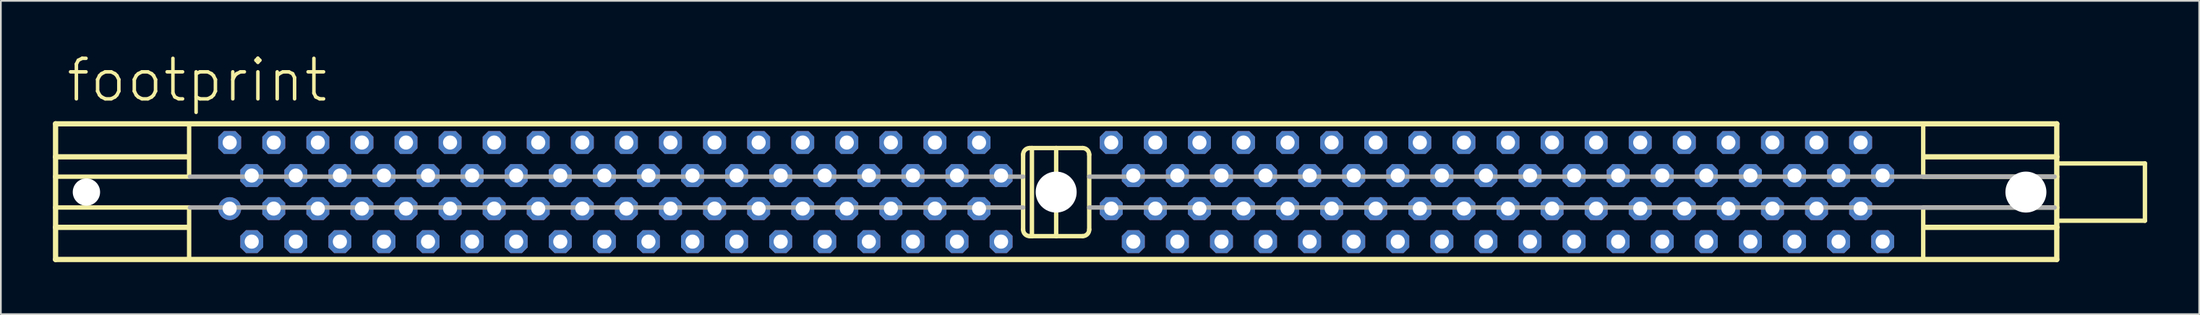
<source format=kicad_pcb>
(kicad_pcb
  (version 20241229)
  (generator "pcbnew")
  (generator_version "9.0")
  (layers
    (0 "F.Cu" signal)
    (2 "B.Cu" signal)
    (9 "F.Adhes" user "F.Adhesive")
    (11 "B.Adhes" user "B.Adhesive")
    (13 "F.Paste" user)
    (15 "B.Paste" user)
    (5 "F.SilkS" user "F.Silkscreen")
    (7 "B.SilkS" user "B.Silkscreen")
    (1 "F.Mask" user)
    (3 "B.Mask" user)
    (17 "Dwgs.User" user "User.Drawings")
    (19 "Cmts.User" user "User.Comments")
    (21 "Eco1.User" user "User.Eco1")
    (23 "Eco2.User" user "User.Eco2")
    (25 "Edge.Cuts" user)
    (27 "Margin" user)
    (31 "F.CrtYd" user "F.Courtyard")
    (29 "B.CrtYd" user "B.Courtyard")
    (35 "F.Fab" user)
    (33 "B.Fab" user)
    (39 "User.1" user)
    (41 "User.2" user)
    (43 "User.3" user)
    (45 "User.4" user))
  (footprint "footprint"
    (layer "F.Cu")
    (at 57.81 8.026)
    (property "Reference" "footprint" (at -57.15 -5.08 0) (layer "F.SilkS") (effects (font (size 2.337 2.337) (thickness 0.203)) (justify left bottom)))
    (fp_line (start -57.658 -3.937) (end -57.658 -2.032) (stroke (width 0.305) (type solid)) (layer "F.SilkS"))
    (fp_line (start -57.658 -3.937) (end 57.658 -3.937) (stroke (width 0.305) (type solid)) (layer "F.SilkS"))
    (fp_line (start -57.658 -2.032) (end -57.658 -0.889) (stroke (width 0.305) (type solid)) (layer "F.SilkS"))
    (fp_line (start -57.658 -2.032) (end -50.038 -2.032) (stroke (width 0.305) (type solid)) (layer "F.SilkS"))
    (fp_line (start -57.658 -0.889) (end -57.658 0.889) (stroke (width 0.305) (type solid)) (layer "F.SilkS"))
    (fp_line (start -57.658 -0.889) (end -50.038 -0.889) (stroke (width 0.254) (type solid)) (layer "F.SilkS"))
    (fp_line (start -57.658 0.889) (end -57.658 2.032) (stroke (width 0.305) (type solid)) (layer "F.SilkS"))
    (fp_line (start -57.658 0.889) (end -50.038 0.889) (stroke (width 0.254) (type solid)) (layer "F.SilkS"))
    (fp_line (start -57.658 2.032) (end -57.658 3.886) (stroke (width 0.305) (type solid)) (layer "F.SilkS"))
    (fp_line (start -57.658 2.032) (end -50.038 2.032) (stroke (width 0.305) (type solid)) (layer "F.SilkS"))
    (fp_line (start -49.962 -3.861) (end -49.962 -0.889) (stroke (width 0.254) (type solid)) (layer "F.SilkS"))
    (fp_line (start -49.962 0.889) (end -49.962 3.81) (stroke (width 0.254) (type solid)) (layer "F.SilkS"))
    (fp_line (start -1.905 -2.159) (end -1.905 2.159) (stroke (width 0.254) (type solid)) (layer "F.SilkS"))
    (fp_line (start -1.524 2.54) (end -1.397 2.54) (stroke (width 0.254) (type solid)) (layer "F.SilkS"))
    (fp_line (start -1.397 -2.54) (end -1.524 -2.54) (stroke (width 0.254) (type solid)) (layer "F.SilkS"))
    (fp_line (start -1.397 2.54) (end -1.397 -2.54) (stroke (width 0.254) (type solid)) (layer "F.SilkS"))
    (fp_line (start -1.397 2.54) (end 0 2.54) (stroke (width 0.254) (type solid)) (layer "F.SilkS"))
    (fp_line (start 0 -2.54) (end -1.397 -2.54) (stroke (width 0.254) (type solid)) (layer "F.SilkS"))
    (fp_line (start 0 2.54) (end 0 -2.54) (stroke (width 0.254) (type solid)) (layer "F.SilkS"))
    (fp_line (start 0 2.54) (end 1.524 2.54) (stroke (width 0.254) (type solid)) (layer "F.SilkS"))
    (fp_line (start 1.524 -2.54) (end 0 -2.54) (stroke (width 0.254) (type solid)) (layer "F.SilkS"))
    (fp_line (start 1.905 2.159) (end 1.905 -2.159) (stroke (width 0.254) (type solid)) (layer "F.SilkS"))
    (fp_line (start 49.962 -3.861) (end 49.962 -0.889) (stroke (width 0.254) (type solid)) (layer "F.SilkS"))
    (fp_line (start 49.962 0.889) (end 49.962 3.81) (stroke (width 0.254) (type solid)) (layer "F.SilkS"))
    (fp_line (start 57.658 -3.937) (end 57.658 -2.032) (stroke (width 0.305) (type solid)) (layer "F.SilkS"))
    (fp_line (start 57.658 -2.032) (end 50.038 -2.032) (stroke (width 0.305) (type solid)) (layer "F.SilkS"))
    (fp_line (start 57.658 -2.032) (end 57.658 -0.889) (stroke (width 0.305) (type solid)) (layer "F.SilkS"))
    (fp_line (start 57.658 -0.889) (end 50.038 -0.889) (stroke (width 0.254) (type solid)) (layer "F.SilkS"))
    (fp_line (start 57.658 -0.889) (end 57.658 0.889) (stroke (width 0.305) (type solid)) (layer "F.SilkS"))
    (fp_line (start 57.658 0.889) (end 50.038 0.889) (stroke (width 0.254) (type solid)) (layer "F.SilkS"))
    (fp_line (start 57.658 0.889) (end 57.658 2.032) (stroke (width 0.305) (type solid)) (layer "F.SilkS"))
    (fp_line (start 57.658 2.032) (end 50.038 2.032) (stroke (width 0.305) (type solid)) (layer "F.SilkS"))
    (fp_line (start 57.658 2.032) (end 57.658 3.886) (stroke (width 0.305) (type solid)) (layer "F.SilkS"))
    (fp_line (start 57.658 3.886) (end -57.658 3.886) (stroke (width 0.305) (type solid)) (layer "F.SilkS"))
    (fp_line (start 57.785 -1.651) (end 62.738 -1.651) (stroke (width 0.254) (type solid)) (layer "F.SilkS"))
    (fp_line (start 62.738 -1.651) (end 62.738 1.651) (stroke (width 0.254) (type solid)) (layer "F.SilkS"))
    (fp_line (start 62.738 1.651) (end 57.785 1.651) (stroke (width 0.254) (type solid)) (layer "F.SilkS"))
    (fp_arc (start -1.905 -2.159) (mid -1.793408 -2.428408) (end -1.524 -2.54) (stroke (width 0.254) (type solid)) (layer "F.SilkS"))
    (fp_arc (start -1.524 2.54) (mid -1.793408 2.428408) (end -1.905 2.159) (stroke (width 0.254) (type solid)) (layer "F.SilkS"))
    (fp_arc (start 1.524 -2.54) (mid 1.793408 -2.428408) (end 1.905 -2.159) (stroke (width 0.254) (type solid)) (layer "F.SilkS"))
    (fp_arc (start 1.905 2.159) (mid 1.793408 2.428408) (end 1.524 2.54) (stroke (width 0.254) (type solid)) (layer "F.SilkS"))
    (fp_line (start -49.911 -0.889) (end -1.905 -0.889) (stroke (width 0.254) (type solid)) (layer "F.Fab"))
    (fp_line (start -49.911 0.889) (end -1.905 0.889) (stroke (width 0.254) (type solid)) (layer "F.Fab"))
    (fp_line (start 1.905 -0.889) (end 57.531 -0.889) (stroke (width 0.254) (type solid)) (layer "F.Fab"))
    (fp_line (start 1.905 0.889) (end 57.531 0.889) (stroke (width 0.254) (type solid)) (layer "F.Fab"))
    (pad "" np_thru_hole circle (at -55.88 0) (size 1.575 1.575) (drill 1.575) (layers "*.Cu" "*.Mask"))
    (pad "" np_thru_hole circle (at 0 0) (size 2.362 2.362) (drill 2.362) (layers "*.Cu" "*.Mask"))
    (pad "" np_thru_hole circle (at 55.88 0) (size 2.362 2.362) (drill 2.362) (layers "*.Cu" "*.Mask"))
    (pad "1" thru_hole circle (at -47.625 0.953) (size 1.321 1.321) (drill 0.813) (layers "*.Cu" "*.Mask"))
    (pad "2" thru_hole roundrect (at -46.355 2.857) (size 1.321 1.321) (drill 0.813) (layers "*.Cu" "*.Mask") (roundrect_rratio 0.25) (chamfer_ratio 0.25) (chamfer top_left top_right bottom_left bottom_right))
    (pad "3" thru_hole roundrect (at -45.085 0.953) (size 1.321 1.321) (drill 0.813) (layers "*.Cu" "*.Mask") (roundrect_rratio 0.25) (chamfer_ratio 0.25) (chamfer top_left top_right bottom_left bottom_right))
    (pad "4" thru_hole roundrect (at -43.815 2.857) (size 1.321 1.321) (drill 0.813) (layers "*.Cu" "*.Mask") (roundrect_rratio 0.25) (chamfer_ratio 0.25) (chamfer top_left top_right bottom_left bottom_right))
    (pad "5" thru_hole roundrect (at -42.545 0.953) (size 1.321 1.321) (drill 0.813) (layers "*.Cu" "*.Mask") (roundrect_rratio 0.25) (chamfer_ratio 0.25) (chamfer top_left top_right bottom_left bottom_right))
    (pad "6" thru_hole roundrect (at -41.275 2.857) (size 1.321 1.321) (drill 0.813) (layers "*.Cu" "*.Mask") (roundrect_rratio 0.25) (chamfer_ratio 0.25) (chamfer top_left top_right bottom_left bottom_right))
    (pad "7" thru_hole roundrect (at -40.005 0.953) (size 1.321 1.321) (drill 0.813) (layers "*.Cu" "*.Mask") (roundrect_rratio 0.25) (chamfer_ratio 0.25) (chamfer top_left top_right bottom_left bottom_right))
    (pad "8" thru_hole roundrect (at -38.735 2.857) (size 1.321 1.321) (drill 0.813) (layers "*.Cu" "*.Mask") (roundrect_rratio 0.25) (chamfer_ratio 0.25) (chamfer top_left top_right bottom_left bottom_right))
    (pad "9" thru_hole roundrect (at -37.465 0.953) (size 1.321 1.321) (drill 0.813) (layers "*.Cu" "*.Mask") (roundrect_rratio 0.25) (chamfer_ratio 0.25) (chamfer top_left top_right bottom_left bottom_right))
    (pad "10" thru_hole roundrect (at -36.195 2.857) (size 1.321 1.321) (drill 0.813) (layers "*.Cu" "*.Mask") (roundrect_rratio 0.25) (chamfer_ratio 0.25) (chamfer top_left top_right bottom_left bottom_right))
    (pad "11" thru_hole roundrect (at -34.925 0.953) (size 1.321 1.321) (drill 0.813) (layers "*.Cu" "*.Mask") (roundrect_rratio 0.25) (chamfer_ratio 0.25) (chamfer top_left top_right bottom_left bottom_right))
    (pad "12" thru_hole roundrect (at -33.655 2.857) (size 1.321 1.321) (drill 0.813) (layers "*.Cu" "*.Mask") (roundrect_rratio 0.25) (chamfer_ratio 0.25) (chamfer top_left top_right bottom_left bottom_right))
    (pad "13" thru_hole roundrect (at -32.385 0.953) (size 1.321 1.321) (drill 0.813) (layers "*.Cu" "*.Mask") (roundrect_rratio 0.25) (chamfer_ratio 0.25) (chamfer top_left top_right bottom_left bottom_right))
    (pad "14" thru_hole roundrect (at -31.115 2.857) (size 1.321 1.321) (drill 0.813) (layers "*.Cu" "*.Mask") (roundrect_rratio 0.25) (chamfer_ratio 0.25) (chamfer top_left top_right bottom_left bottom_right))
    (pad "15" thru_hole roundrect (at -29.845 0.953) (size 1.321 1.321) (drill 0.813) (layers "*.Cu" "*.Mask") (roundrect_rratio 0.25) (chamfer_ratio 0.25) (chamfer top_left top_right bottom_left bottom_right))
    (pad "16" thru_hole roundrect (at -28.575 2.857) (size 1.321 1.321) (drill 0.813) (layers "*.Cu" "*.Mask") (roundrect_rratio 0.25) (chamfer_ratio 0.25) (chamfer top_left top_right bottom_left bottom_right))
    (pad "17" thru_hole roundrect (at -27.305 0.953) (size 1.321 1.321) (drill 0.813) (layers "*.Cu" "*.Mask") (roundrect_rratio 0.25) (chamfer_ratio 0.25) (chamfer top_left top_right bottom_left bottom_right))
    (pad "18" thru_hole roundrect (at -26.035 2.857) (size 1.321 1.321) (drill 0.813) (layers "*.Cu" "*.Mask") (roundrect_rratio 0.25) (chamfer_ratio 0.25) (chamfer top_left top_right bottom_left bottom_right))
    (pad "19" thru_hole roundrect (at -24.765 0.953) (size 1.321 1.321) (drill 0.813) (layers "*.Cu" "*.Mask") (roundrect_rratio 0.25) (chamfer_ratio 0.25) (chamfer top_left top_right bottom_left bottom_right))
    (pad "20" thru_hole roundrect (at -23.495 2.857) (size 1.321 1.321) (drill 0.813) (layers "*.Cu" "*.Mask") (roundrect_rratio 0.25) (chamfer_ratio 0.25) (chamfer top_left top_right bottom_left bottom_right))
    (pad "21" thru_hole roundrect (at -22.225 0.953) (size 1.321 1.321) (drill 0.813) (layers "*.Cu" "*.Mask") (roundrect_rratio 0.25) (chamfer_ratio 0.25) (chamfer top_left top_right bottom_left bottom_right))
    (pad "22" thru_hole roundrect (at -20.955 2.857) (size 1.321 1.321) (drill 0.813) (layers "*.Cu" "*.Mask") (roundrect_rratio 0.25) (chamfer_ratio 0.25) (chamfer top_left top_right bottom_left bottom_right))
    (pad "23" thru_hole roundrect (at -19.685 0.953) (size 1.321 1.321) (drill 0.813) (layers "*.Cu" "*.Mask") (roundrect_rratio 0.25) (chamfer_ratio 0.25) (chamfer top_left top_right bottom_left bottom_right))
    (pad "24" thru_hole roundrect (at -18.415 2.857) (size 1.321 1.321) (drill 0.813) (layers "*.Cu" "*.Mask") (roundrect_rratio 0.25) (chamfer_ratio 0.25) (chamfer top_left top_right bottom_left bottom_right))
    (pad "25" thru_hole roundrect (at -17.145 0.953) (size 1.321 1.321) (drill 0.813) (layers "*.Cu" "*.Mask") (roundrect_rratio 0.25) (chamfer_ratio 0.25) (chamfer top_left top_right bottom_left bottom_right))
    (pad "26" thru_hole roundrect (at -15.875 2.857) (size 1.321 1.321) (drill 0.813) (layers "*.Cu" "*.Mask") (roundrect_rratio 0.25) (chamfer_ratio 0.25) (chamfer top_left top_right bottom_left bottom_right))
    (pad "27" thru_hole roundrect (at -14.605 0.953) (size 1.321 1.321) (drill 0.813) (layers "*.Cu" "*.Mask") (roundrect_rratio 0.25) (chamfer_ratio 0.25) (chamfer top_left top_right bottom_left bottom_right))
    (pad "28" thru_hole roundrect (at -13.335 2.857) (size 1.321 1.321) (drill 0.813) (layers "*.Cu" "*.Mask") (roundrect_rratio 0.25) (chamfer_ratio 0.25) (chamfer top_left top_right bottom_left bottom_right))
    (pad "29" thru_hole roundrect (at -12.065 0.953) (size 1.321 1.321) (drill 0.813) (layers "*.Cu" "*.Mask") (roundrect_rratio 0.25) (chamfer_ratio 0.25) (chamfer top_left top_right bottom_left bottom_right))
    (pad "30" thru_hole roundrect (at -10.795 2.857) (size 1.321 1.321) (drill 0.813) (layers "*.Cu" "*.Mask") (roundrect_rratio 0.25) (chamfer_ratio 0.25) (chamfer top_left top_right bottom_left bottom_right))
    (pad "31" thru_hole roundrect (at -9.525 0.953) (size 1.321 1.321) (drill 0.813) (layers "*.Cu" "*.Mask") (roundrect_rratio 0.25) (chamfer_ratio 0.25) (chamfer top_left top_right bottom_left bottom_right))
    (pad "32" thru_hole roundrect (at -8.255 2.857) (size 1.321 1.321) (drill 0.813) (layers "*.Cu" "*.Mask") (roundrect_rratio 0.25) (chamfer_ratio 0.25) (chamfer top_left top_right bottom_left bottom_right))
    (pad "33" thru_hole roundrect (at -6.985 0.953) (size 1.321 1.321) (drill 0.813) (layers "*.Cu" "*.Mask") (roundrect_rratio 0.25) (chamfer_ratio 0.25) (chamfer top_left top_right bottom_left bottom_right))
    (pad "34" thru_hole roundrect (at -5.715 2.857) (size 1.321 1.321) (drill 0.813) (layers "*.Cu" "*.Mask") (roundrect_rratio 0.25) (chamfer_ratio 0.25) (chamfer top_left top_right bottom_left bottom_right))
    (pad "35" thru_hole roundrect (at -4.445 0.953) (size 1.321 1.321) (drill 0.813) (layers "*.Cu" "*.Mask") (roundrect_rratio 0.25) (chamfer_ratio 0.25) (chamfer top_left top_right bottom_left bottom_right))
    (pad "36" thru_hole roundrect (at -3.175 2.857) (size 1.321 1.321) (drill 0.813) (layers "*.Cu" "*.Mask") (roundrect_rratio 0.25) (chamfer_ratio 0.25) (chamfer top_left top_right bottom_left bottom_right))
    (pad "37" thru_hole roundrect (at 3.175 0.953) (size 1.321 1.321) (drill 0.813) (layers "*.Cu" "*.Mask") (roundrect_rratio 0.25) (chamfer_ratio 0.25) (chamfer top_left top_right bottom_left bottom_right))
    (pad "38" thru_hole roundrect (at 4.445 2.857) (size 1.321 1.321) (drill 0.813) (layers "*.Cu" "*.Mask") (roundrect_rratio 0.25) (chamfer_ratio 0.25) (chamfer top_left top_right bottom_left bottom_right))
    (pad "39" thru_hole roundrect (at 5.715 0.953) (size 1.321 1.321) (drill 0.813) (layers "*.Cu" "*.Mask") (roundrect_rratio 0.25) (chamfer_ratio 0.25) (chamfer top_left top_right bottom_left bottom_right))
    (pad "40" thru_hole roundrect (at 6.985 2.857) (size 1.321 1.321) (drill 0.813) (layers "*.Cu" "*.Mask") (roundrect_rratio 0.25) (chamfer_ratio 0.25) (chamfer top_left top_right bottom_left bottom_right))
    (pad "41" thru_hole roundrect (at 8.255 0.953) (size 1.321 1.321) (drill 0.813) (layers "*.Cu" "*.Mask") (roundrect_rratio 0.25) (chamfer_ratio 0.25) (chamfer top_left top_right bottom_left bottom_right))
    (pad "42" thru_hole roundrect (at 9.525 2.857) (size 1.321 1.321) (drill 0.813) (layers "*.Cu" "*.Mask") (roundrect_rratio 0.25) (chamfer_ratio 0.25) (chamfer top_left top_right bottom_left bottom_right))
    (pad "43" thru_hole roundrect (at 10.795 0.953) (size 1.321 1.321) (drill 0.813) (layers "*.Cu" "*.Mask") (roundrect_rratio 0.25) (chamfer_ratio 0.25) (chamfer top_left top_right bottom_left bottom_right))
    (pad "44" thru_hole roundrect (at 12.065 2.857) (size 1.321 1.321) (drill 0.813) (layers "*.Cu" "*.Mask") (roundrect_rratio 0.25) (chamfer_ratio 0.25) (chamfer top_left top_right bottom_left bottom_right))
    (pad "45" thru_hole roundrect (at 13.335 0.953) (size 1.321 1.321) (drill 0.813) (layers "*.Cu" "*.Mask") (roundrect_rratio 0.25) (chamfer_ratio 0.25) (chamfer top_left top_right bottom_left bottom_right))
    (pad "46" thru_hole roundrect (at 14.605 2.857) (size 1.321 1.321) (drill 0.813) (layers "*.Cu" "*.Mask") (roundrect_rratio 0.25) (chamfer_ratio 0.25) (chamfer top_left top_right bottom_left bottom_right))
    (pad "47" thru_hole roundrect (at 15.875 0.953) (size 1.321 1.321) (drill 0.813) (layers "*.Cu" "*.Mask") (roundrect_rratio 0.25) (chamfer_ratio 0.25) (chamfer top_left top_right bottom_left bottom_right))
    (pad "48" thru_hole roundrect (at 17.145 2.857) (size 1.321 1.321) (drill 0.813) (layers "*.Cu" "*.Mask") (roundrect_rratio 0.25) (chamfer_ratio 0.25) (chamfer top_left top_right bottom_left bottom_right))
    (pad "49" thru_hole roundrect (at 18.415 0.953) (size 1.321 1.321) (drill 0.813) (layers "*.Cu" "*.Mask") (roundrect_rratio 0.25) (chamfer_ratio 0.25) (chamfer top_left top_right bottom_left bottom_right))
    (pad "50" thru_hole roundrect (at 19.685 2.857) (size 1.321 1.321) (drill 0.813) (layers "*.Cu" "*.Mask") (roundrect_rratio 0.25) (chamfer_ratio 0.25) (chamfer top_left top_right bottom_left bottom_right))
    (pad "51" thru_hole roundrect (at 20.955 0.953) (size 1.321 1.321) (drill 0.813) (layers "*.Cu" "*.Mask") (roundrect_rratio 0.25) (chamfer_ratio 0.25) (chamfer top_left top_right bottom_left bottom_right))
    (pad "52" thru_hole roundrect (at 22.225 2.857) (size 1.321 1.321) (drill 0.813) (layers "*.Cu" "*.Mask") (roundrect_rratio 0.25) (chamfer_ratio 0.25) (chamfer top_left top_right bottom_left bottom_right))
    (pad "53" thru_hole roundrect (at 23.495 0.953) (size 1.321 1.321) (drill 0.813) (layers "*.Cu" "*.Mask") (roundrect_rratio 0.25) (chamfer_ratio 0.25) (chamfer top_left top_right bottom_left bottom_right))
    (pad "54" thru_hole roundrect (at 24.765 2.857) (size 1.321 1.321) (drill 0.813) (layers "*.Cu" "*.Mask") (roundrect_rratio 0.25) (chamfer_ratio 0.25) (chamfer top_left top_right bottom_left bottom_right))
    (pad "55" thru_hole roundrect (at 26.035 0.953) (size 1.321 1.321) (drill 0.813) (layers "*.Cu" "*.Mask") (roundrect_rratio 0.25) (chamfer_ratio 0.25) (chamfer top_left top_right bottom_left bottom_right))
    (pad "56" thru_hole roundrect (at 27.305 2.857) (size 1.321 1.321) (drill 0.813) (layers "*.Cu" "*.Mask") (roundrect_rratio 0.25) (chamfer_ratio 0.25) (chamfer top_left top_right bottom_left bottom_right))
    (pad "57" thru_hole roundrect (at 28.575 0.953) (size 1.321 1.321) (drill 0.813) (layers "*.Cu" "*.Mask") (roundrect_rratio 0.25) (chamfer_ratio 0.25) (chamfer top_left top_right bottom_left bottom_right))
    (pad "58" thru_hole roundrect (at 29.845 2.857) (size 1.321 1.321) (drill 0.813) (layers "*.Cu" "*.Mask") (roundrect_rratio 0.25) (chamfer_ratio 0.25) (chamfer top_left top_right bottom_left bottom_right))
    (pad "59" thru_hole roundrect (at 31.115 0.953) (size 1.321 1.321) (drill 0.813) (layers "*.Cu" "*.Mask") (roundrect_rratio 0.25) (chamfer_ratio 0.25) (chamfer top_left top_right bottom_left bottom_right))
    (pad "60" thru_hole roundrect (at 32.385 2.857) (size 1.321 1.321) (drill 0.813) (layers "*.Cu" "*.Mask") (roundrect_rratio 0.25) (chamfer_ratio 0.25) (chamfer top_left top_right bottom_left bottom_right))
    (pad "61" thru_hole roundrect (at 33.655 0.953) (size 1.321 1.321) (drill 0.813) (layers "*.Cu" "*.Mask") (roundrect_rratio 0.25) (chamfer_ratio 0.25) (chamfer top_left top_right bottom_left bottom_right))
    (pad "62" thru_hole roundrect (at 34.925 2.857) (size 1.321 1.321) (drill 0.813) (layers "*.Cu" "*.Mask") (roundrect_rratio 0.25) (chamfer_ratio 0.25) (chamfer top_left top_right bottom_left bottom_right))
    (pad "63" thru_hole roundrect (at 36.195 0.953) (size 1.321 1.321) (drill 0.813) (layers "*.Cu" "*.Mask") (roundrect_rratio 0.25) (chamfer_ratio 0.25) (chamfer top_left top_right bottom_left bottom_right))
    (pad "64" thru_hole roundrect (at 37.465 2.857) (size 1.321 1.321) (drill 0.813) (layers "*.Cu" "*.Mask") (roundrect_rratio 0.25) (chamfer_ratio 0.25) (chamfer top_left top_right bottom_left bottom_right))
    (pad "65" thru_hole roundrect (at 38.735 0.953) (size 1.321 1.321) (drill 0.813) (layers "*.Cu" "*.Mask") (roundrect_rratio 0.25) (chamfer_ratio 0.25) (chamfer top_left top_right bottom_left bottom_right))
    (pad "66" thru_hole roundrect (at 40.005 2.857) (size 1.321 1.321) (drill 0.813) (layers "*.Cu" "*.Mask") (roundrect_rratio 0.25) (chamfer_ratio 0.25) (chamfer top_left top_right bottom_left bottom_right))
    (pad "67" thru_hole roundrect (at 41.275 0.953) (size 1.321 1.321) (drill 0.813) (layers "*.Cu" "*.Mask") (roundrect_rratio 0.25) (chamfer_ratio 0.25) (chamfer top_left top_right bottom_left bottom_right))
    (pad "68" thru_hole roundrect (at 42.545 2.857) (size 1.321 1.321) (drill 0.813) (layers "*.Cu" "*.Mask") (roundrect_rratio 0.25) (chamfer_ratio 0.25) (chamfer top_left top_right bottom_left bottom_right))
    (pad "69" thru_hole roundrect (at 43.815 0.953) (size 1.321 1.321) (drill 0.813) (layers "*.Cu" "*.Mask") (roundrect_rratio 0.25) (chamfer_ratio 0.25) (chamfer top_left top_right bottom_left bottom_right))
    (pad "70" thru_hole roundrect (at 45.085 2.857) (size 1.321 1.321) (drill 0.813) (layers "*.Cu" "*.Mask") (roundrect_rratio 0.25) (chamfer_ratio 0.25) (chamfer top_left top_right bottom_left bottom_right))
    (pad "71" thru_hole roundrect (at 46.355 0.953) (size 1.321 1.321) (drill 0.813) (layers "*.Cu" "*.Mask") (roundrect_rratio 0.25) (chamfer_ratio 0.25) (chamfer top_left top_right bottom_left bottom_right))
    (pad "72" thru_hole roundrect (at 47.625 2.857) (size 1.321 1.321) (drill 0.813) (layers "*.Cu" "*.Mask") (roundrect_rratio 0.25) (chamfer_ratio 0.25) (chamfer top_left top_right bottom_left bottom_right))
    (pad "73" thru_hole roundrect (at -47.625 -2.857) (size 1.321 1.321) (drill 0.813) (layers "*.Cu" "*.Mask") (roundrect_rratio 0.25) (chamfer_ratio 0.25) (chamfer top_left top_right bottom_left bottom_right))
    (pad "74" thru_hole roundrect (at -46.355 -0.953) (size 1.321 1.321) (drill 0.813) (layers "*.Cu" "*.Mask") (roundrect_rratio 0.25) (chamfer_ratio 0.25) (chamfer top_left top_right bottom_left bottom_right))
    (pad "75" thru_hole roundrect (at -45.085 -2.857) (size 1.321 1.321) (drill 0.813) (layers "*.Cu" "*.Mask") (roundrect_rratio 0.25) (chamfer_ratio 0.25) (chamfer top_left top_right bottom_left bottom_right))
    (pad "76" thru_hole roundrect (at -43.815 -0.953) (size 1.321 1.321) (drill 0.813) (layers "*.Cu" "*.Mask") (roundrect_rratio 0.25) (chamfer_ratio 0.25) (chamfer top_left top_right bottom_left bottom_right))
    (pad "77" thru_hole roundrect (at -42.545 -2.857) (size 1.321 1.321) (drill 0.813) (layers "*.Cu" "*.Mask") (roundrect_rratio 0.25) (chamfer_ratio 0.25) (chamfer top_left top_right bottom_left bottom_right))
    (pad "78" thru_hole roundrect (at -41.275 -0.953) (size 1.321 1.321) (drill 0.813) (layers "*.Cu" "*.Mask") (roundrect_rratio 0.25) (chamfer_ratio 0.25) (chamfer top_left top_right bottom_left bottom_right))
    (pad "79" thru_hole roundrect (at -40.005 -2.857) (size 1.321 1.321) (drill 0.813) (layers "*.Cu" "*.Mask") (roundrect_rratio 0.25) (chamfer_ratio 0.25) (chamfer top_left top_right bottom_left bottom_right))
    (pad "80" thru_hole roundrect (at -38.735 -0.953) (size 1.321 1.321) (drill 0.813) (layers "*.Cu" "*.Mask") (roundrect_rratio 0.25) (chamfer_ratio 0.25) (chamfer top_left top_right bottom_left bottom_right))
    (pad "81" thru_hole roundrect (at -37.465 -2.857) (size 1.321 1.321) (drill 0.813) (layers "*.Cu" "*.Mask") (roundrect_rratio 0.25) (chamfer_ratio 0.25) (chamfer top_left top_right bottom_left bottom_right))
    (pad "82" thru_hole roundrect (at -36.195 -0.953) (size 1.321 1.321) (drill 0.813) (layers "*.Cu" "*.Mask") (roundrect_rratio 0.25) (chamfer_ratio 0.25) (chamfer top_left top_right bottom_left bottom_right))
    (pad "83" thru_hole roundrect (at -34.925 -2.857) (size 1.321 1.321) (drill 0.813) (layers "*.Cu" "*.Mask") (roundrect_rratio 0.25) (chamfer_ratio 0.25) (chamfer top_left top_right bottom_left bottom_right))
    (pad "84" thru_hole roundrect (at -33.655 -0.953) (size 1.321 1.321) (drill 0.813) (layers "*.Cu" "*.Mask") (roundrect_rratio 0.25) (chamfer_ratio 0.25) (chamfer top_left top_right bottom_left bottom_right))
    (pad "85" thru_hole roundrect (at -32.385 -2.857) (size 1.321 1.321) (drill 0.813) (layers "*.Cu" "*.Mask") (roundrect_rratio 0.25) (chamfer_ratio 0.25) (chamfer top_left top_right bottom_left bottom_right))
    (pad "86" thru_hole roundrect (at -31.115 -0.953) (size 1.321 1.321) (drill 0.813) (layers "*.Cu" "*.Mask") (roundrect_rratio 0.25) (chamfer_ratio 0.25) (chamfer top_left top_right bottom_left bottom_right))
    (pad "87" thru_hole roundrect (at -29.845 -2.857) (size 1.321 1.321) (drill 0.813) (layers "*.Cu" "*.Mask") (roundrect_rratio 0.25) (chamfer_ratio 0.25) (chamfer top_left top_right bottom_left bottom_right))
    (pad "88" thru_hole roundrect (at -28.575 -0.953) (size 1.321 1.321) (drill 0.813) (layers "*.Cu" "*.Mask") (roundrect_rratio 0.25) (chamfer_ratio 0.25) (chamfer top_left top_right bottom_left bottom_right))
    (pad "89" thru_hole roundrect (at -27.305 -2.857) (size 1.321 1.321) (drill 0.813) (layers "*.Cu" "*.Mask") (roundrect_rratio 0.25) (chamfer_ratio 0.25) (chamfer top_left top_right bottom_left bottom_right))
    (pad "90" thru_hole roundrect (at -26.035 -0.953) (size 1.321 1.321) (drill 0.813) (layers "*.Cu" "*.Mask") (roundrect_rratio 0.25) (chamfer_ratio 0.25) (chamfer top_left top_right bottom_left bottom_right))
    (pad "91" thru_hole roundrect (at -24.765 -2.857) (size 1.321 1.321) (drill 0.813) (layers "*.Cu" "*.Mask") (roundrect_rratio 0.25) (chamfer_ratio 0.25) (chamfer top_left top_right bottom_left bottom_right))
    (pad "92" thru_hole roundrect (at -23.495 -0.953) (size 1.321 1.321) (drill 0.813) (layers "*.Cu" "*.Mask") (roundrect_rratio 0.25) (chamfer_ratio 0.25) (chamfer top_left top_right bottom_left bottom_right))
    (pad "93" thru_hole roundrect (at -22.225 -2.857) (size 1.321 1.321) (drill 0.813) (layers "*.Cu" "*.Mask") (roundrect_rratio 0.25) (chamfer_ratio 0.25) (chamfer top_left top_right bottom_left bottom_right))
    (pad "94" thru_hole roundrect (at -20.955 -0.953) (size 1.321 1.321) (drill 0.813) (layers "*.Cu" "*.Mask") (roundrect_rratio 0.25) (chamfer_ratio 0.25) (chamfer top_left top_right bottom_left bottom_right))
    (pad "95" thru_hole roundrect (at -19.685 -2.857) (size 1.321 1.321) (drill 0.813) (layers "*.Cu" "*.Mask") (roundrect_rratio 0.25) (chamfer_ratio 0.25) (chamfer top_left top_right bottom_left bottom_right))
    (pad "96" thru_hole roundrect (at -18.415 -0.953) (size 1.321 1.321) (drill 0.813) (layers "*.Cu" "*.Mask") (roundrect_rratio 0.25) (chamfer_ratio 0.25) (chamfer top_left top_right bottom_left bottom_right))
    (pad "97" thru_hole roundrect (at -17.145 -2.857) (size 1.321 1.321) (drill 0.813) (layers "*.Cu" "*.Mask") (roundrect_rratio 0.25) (chamfer_ratio 0.25) (chamfer top_left top_right bottom_left bottom_right))
    (pad "98" thru_hole roundrect (at -15.875 -0.953) (size 1.321 1.321) (drill 0.813) (layers "*.Cu" "*.Mask") (roundrect_rratio 0.25) (chamfer_ratio 0.25) (chamfer top_left top_right bottom_left bottom_right))
    (pad "99" thru_hole roundrect (at -14.605 -2.857) (size 1.321 1.321) (drill 0.813) (layers "*.Cu" "*.Mask") (roundrect_rratio 0.25) (chamfer_ratio 0.25) (chamfer top_left top_right bottom_left bottom_right))
    (pad "100" thru_hole roundrect (at -13.335 -0.953) (size 1.321 1.321) (drill 0.813) (layers "*.Cu" "*.Mask") (roundrect_rratio 0.25) (chamfer_ratio 0.25) (chamfer top_left top_right bottom_left bottom_right))
    (pad "101" thru_hole roundrect (at -12.065 -2.857) (size 1.321 1.321) (drill 0.813) (layers "*.Cu" "*.Mask") (roundrect_rratio 0.25) (chamfer_ratio 0.25) (chamfer top_left top_right bottom_left bottom_right))
    (pad "102" thru_hole roundrect (at -10.795 -0.953) (size 1.321 1.321) (drill 0.813) (layers "*.Cu" "*.Mask") (roundrect_rratio 0.25) (chamfer_ratio 0.25) (chamfer top_left top_right bottom_left bottom_right))
    (pad "103" thru_hole roundrect (at -9.525 -2.857) (size 1.321 1.321) (drill 0.813) (layers "*.Cu" "*.Mask") (roundrect_rratio 0.25) (chamfer_ratio 0.25) (chamfer top_left top_right bottom_left bottom_right))
    (pad "104" thru_hole roundrect (at -8.255 -0.953) (size 1.321 1.321) (drill 0.813) (layers "*.Cu" "*.Mask") (roundrect_rratio 0.25) (chamfer_ratio 0.25) (chamfer top_left top_right bottom_left bottom_right))
    (pad "105" thru_hole roundrect (at -6.985 -2.857) (size 1.321 1.321) (drill 0.813) (layers "*.Cu" "*.Mask") (roundrect_rratio 0.25) (chamfer_ratio 0.25) (chamfer top_left top_right bottom_left bottom_right))
    (pad "106" thru_hole roundrect (at -5.715 -0.953) (size 1.321 1.321) (drill 0.813) (layers "*.Cu" "*.Mask") (roundrect_rratio 0.25) (chamfer_ratio 0.25) (chamfer top_left top_right bottom_left bottom_right))
    (pad "107" thru_hole roundrect (at -4.445 -2.857) (size 1.321 1.321) (drill 0.813) (layers "*.Cu" "*.Mask") (roundrect_rratio 0.25) (chamfer_ratio 0.25) (chamfer top_left top_right bottom_left bottom_right))
    (pad "108" thru_hole roundrect (at -3.175 -0.953) (size 1.321 1.321) (drill 0.813) (layers "*.Cu" "*.Mask") (roundrect_rratio 0.25) (chamfer_ratio 0.25) (chamfer top_left top_right bottom_left bottom_right))
    (pad "109" thru_hole roundrect (at 3.175 -2.857) (size 1.321 1.321) (drill 0.813) (layers "*.Cu" "*.Mask") (roundrect_rratio 0.25) (chamfer_ratio 0.25) (chamfer top_left top_right bottom_left bottom_right))
    (pad "110" thru_hole roundrect (at 4.445 -0.953) (size 1.321 1.321) (drill 0.813) (layers "*.Cu" "*.Mask") (roundrect_rratio 0.25) (chamfer_ratio 0.25) (chamfer top_left top_right bottom_left bottom_right))
    (pad "111" thru_hole roundrect (at 5.715 -2.857) (size 1.321 1.321) (drill 0.813) (layers "*.Cu" "*.Mask") (roundrect_rratio 0.25) (chamfer_ratio 0.25) (chamfer top_left top_right bottom_left bottom_right))
    (pad "112" thru_hole roundrect (at 6.985 -0.953) (size 1.321 1.321) (drill 0.813) (layers "*.Cu" "*.Mask") (roundrect_rratio 0.25) (chamfer_ratio 0.25) (chamfer top_left top_right bottom_left bottom_right))
    (pad "113" thru_hole roundrect (at 8.255 -2.857) (size 1.321 1.321) (drill 0.813) (layers "*.Cu" "*.Mask") (roundrect_rratio 0.25) (chamfer_ratio 0.25) (chamfer top_left top_right bottom_left bottom_right))
    (pad "114" thru_hole roundrect (at 9.525 -0.953) (size 1.321 1.321) (drill 0.813) (layers "*.Cu" "*.Mask") (roundrect_rratio 0.25) (chamfer_ratio 0.25) (chamfer top_left top_right bottom_left bottom_right))
    (pad "115" thru_hole roundrect (at 10.795 -2.857) (size 1.321 1.321) (drill 0.813) (layers "*.Cu" "*.Mask") (roundrect_rratio 0.25) (chamfer_ratio 0.25) (chamfer top_left top_right bottom_left bottom_right))
    (pad "116" thru_hole roundrect (at 12.065 -0.953) (size 1.321 1.321) (drill 0.813) (layers "*.Cu" "*.Mask") (roundrect_rratio 0.25) (chamfer_ratio 0.25) (chamfer top_left top_right bottom_left bottom_right))
    (pad "117" thru_hole roundrect (at 13.335 -2.857) (size 1.321 1.321) (drill 0.813) (layers "*.Cu" "*.Mask") (roundrect_rratio 0.25) (chamfer_ratio 0.25) (chamfer top_left top_right bottom_left bottom_right))
    (pad "118" thru_hole roundrect (at 14.605 -0.953) (size 1.321 1.321) (drill 0.813) (layers "*.Cu" "*.Mask") (roundrect_rratio 0.25) (chamfer_ratio 0.25) (chamfer top_left top_right bottom_left bottom_right))
    (pad "119" thru_hole roundrect (at 15.875 -2.857) (size 1.321 1.321) (drill 0.813) (layers "*.Cu" "*.Mask") (roundrect_rratio 0.25) (chamfer_ratio 0.25) (chamfer top_left top_right bottom_left bottom_right))
    (pad "120" thru_hole roundrect (at 17.145 -0.953) (size 1.321 1.321) (drill 0.813) (layers "*.Cu" "*.Mask") (roundrect_rratio 0.25) (chamfer_ratio 0.25) (chamfer top_left top_right bottom_left bottom_right))
    (pad "121" thru_hole roundrect (at 18.415 -2.857) (size 1.321 1.321) (drill 0.813) (layers "*.Cu" "*.Mask") (roundrect_rratio 0.25) (chamfer_ratio 0.25) (chamfer top_left top_right bottom_left bottom_right))
    (pad "122" thru_hole roundrect (at 19.685 -0.953) (size 1.321 1.321) (drill 0.813) (layers "*.Cu" "*.Mask") (roundrect_rratio 0.25) (chamfer_ratio 0.25) (chamfer top_left top_right bottom_left bottom_right))
    (pad "123" thru_hole roundrect (at 20.955 -2.857) (size 1.321 1.321) (drill 0.813) (layers "*.Cu" "*.Mask") (roundrect_rratio 0.25) (chamfer_ratio 0.25) (chamfer top_left top_right bottom_left bottom_right))
    (pad "124" thru_hole roundrect (at 22.225 -0.953) (size 1.321 1.321) (drill 0.813) (layers "*.Cu" "*.Mask") (roundrect_rratio 0.25) (chamfer_ratio 0.25) (chamfer top_left top_right bottom_left bottom_right))
    (pad "125" thru_hole roundrect (at 23.495 -2.857) (size 1.321 1.321) (drill 0.813) (layers "*.Cu" "*.Mask") (roundrect_rratio 0.25) (chamfer_ratio 0.25) (chamfer top_left top_right bottom_left bottom_right))
    (pad "126" thru_hole roundrect (at 24.765 -0.953) (size 1.321 1.321) (drill 0.813) (layers "*.Cu" "*.Mask") (roundrect_rratio 0.25) (chamfer_ratio 0.25) (chamfer top_left top_right bottom_left bottom_right))
    (pad "127" thru_hole roundrect (at 26.035 -2.857) (size 1.321 1.321) (drill 0.813) (layers "*.Cu" "*.Mask") (roundrect_rratio 0.25) (chamfer_ratio 0.25) (chamfer top_left top_right bottom_left bottom_right))
    (pad "128" thru_hole roundrect (at 27.305 -0.953) (size 1.321 1.321) (drill 0.813) (layers "*.Cu" "*.Mask") (roundrect_rratio 0.25) (chamfer_ratio 0.25) (chamfer top_left top_right bottom_left bottom_right))
    (pad "129" thru_hole roundrect (at 28.575 -2.857) (size 1.321 1.321) (drill 0.813) (layers "*.Cu" "*.Mask") (roundrect_rratio 0.25) (chamfer_ratio 0.25) (chamfer top_left top_right bottom_left bottom_right))
    (pad "130" thru_hole roundrect (at 29.845 -0.953) (size 1.321 1.321) (drill 0.813) (layers "*.Cu" "*.Mask") (roundrect_rratio 0.25) (chamfer_ratio 0.25) (chamfer top_left top_right bottom_left bottom_right))
    (pad "131" thru_hole roundrect (at 31.115 -2.857) (size 1.321 1.321) (drill 0.813) (layers "*.Cu" "*.Mask") (roundrect_rratio 0.25) (chamfer_ratio 0.25) (chamfer top_left top_right bottom_left bottom_right))
    (pad "132" thru_hole roundrect (at 32.385 -0.953) (size 1.321 1.321) (drill 0.813) (layers "*.Cu" "*.Mask") (roundrect_rratio 0.25) (chamfer_ratio 0.25) (chamfer top_left top_right bottom_left bottom_right))
    (pad "133" thru_hole roundrect (at 33.655 -2.857) (size 1.321 1.321) (drill 0.813) (layers "*.Cu" "*.Mask") (roundrect_rratio 0.25) (chamfer_ratio 0.25) (chamfer top_left top_right bottom_left bottom_right))
    (pad "134" thru_hole roundrect (at 34.925 -0.953) (size 1.321 1.321) (drill 0.813) (layers "*.Cu" "*.Mask") (roundrect_rratio 0.25) (chamfer_ratio 0.25) (chamfer top_left top_right bottom_left bottom_right))
    (pad "135" thru_hole roundrect (at 36.195 -2.857) (size 1.321 1.321) (drill 0.813) (layers "*.Cu" "*.Mask") (roundrect_rratio 0.25) (chamfer_ratio 0.25) (chamfer top_left top_right bottom_left bottom_right))
    (pad "136" thru_hole roundrect (at 37.465 -0.953) (size 1.321 1.321) (drill 0.813) (layers "*.Cu" "*.Mask") (roundrect_rratio 0.25) (chamfer_ratio 0.25) (chamfer top_left top_right bottom_left bottom_right))
    (pad "137" thru_hole roundrect (at 38.735 -2.857) (size 1.321 1.321) (drill 0.813) (layers "*.Cu" "*.Mask") (roundrect_rratio 0.25) (chamfer_ratio 0.25) (chamfer top_left top_right bottom_left bottom_right))
    (pad "138" thru_hole roundrect (at 40.005 -0.953) (size 1.321 1.321) (drill 0.813) (layers "*.Cu" "*.Mask") (roundrect_rratio 0.25) (chamfer_ratio 0.25) (chamfer top_left top_right bottom_left bottom_right))
    (pad "139" thru_hole roundrect (at 41.275 -2.857) (size 1.321 1.321) (drill 0.813) (layers "*.Cu" "*.Mask") (roundrect_rratio 0.25) (chamfer_ratio 0.25) (chamfer top_left top_right bottom_left bottom_right))
    (pad "140" thru_hole roundrect (at 42.545 -0.953) (size 1.321 1.321) (drill 0.813) (layers "*.Cu" "*.Mask") (roundrect_rratio 0.25) (chamfer_ratio 0.25) (chamfer top_left top_right bottom_left bottom_right))
    (pad "141" thru_hole roundrect (at 43.815 -2.857) (size 1.321 1.321) (drill 0.813) (layers "*.Cu" "*.Mask") (roundrect_rratio 0.25) (chamfer_ratio 0.25) (chamfer top_left top_right bottom_left bottom_right))
    (pad "142" thru_hole roundrect (at 45.085 -0.953) (size 1.321 1.321) (drill 0.813) (layers "*.Cu" "*.Mask") (roundrect_rratio 0.25) (chamfer_ratio 0.25) (chamfer top_left top_right bottom_left bottom_right))
    (pad "143" thru_hole roundrect (at 46.355 -2.857) (size 1.321 1.321) (drill 0.813) (layers "*.Cu" "*.Mask") (roundrect_rratio 0.25) (chamfer_ratio 0.25) (chamfer top_left top_right bottom_left bottom_right))
    (pad "144" thru_hole roundrect (at 47.625 -0.953) (size 1.321 1.321) (drill 0.813) (layers "*.Cu" "*.Mask") (roundrect_rratio 0.25) (chamfer_ratio 0.25) (chamfer top_left top_right bottom_left bottom_right)))
  (gr_rect
    (start -3 -3)
    (end 123.675 15.065)
    (stroke (width 0.1) (type default))
    (fill no)
    (layer "Edge.Cuts")))
</source>
